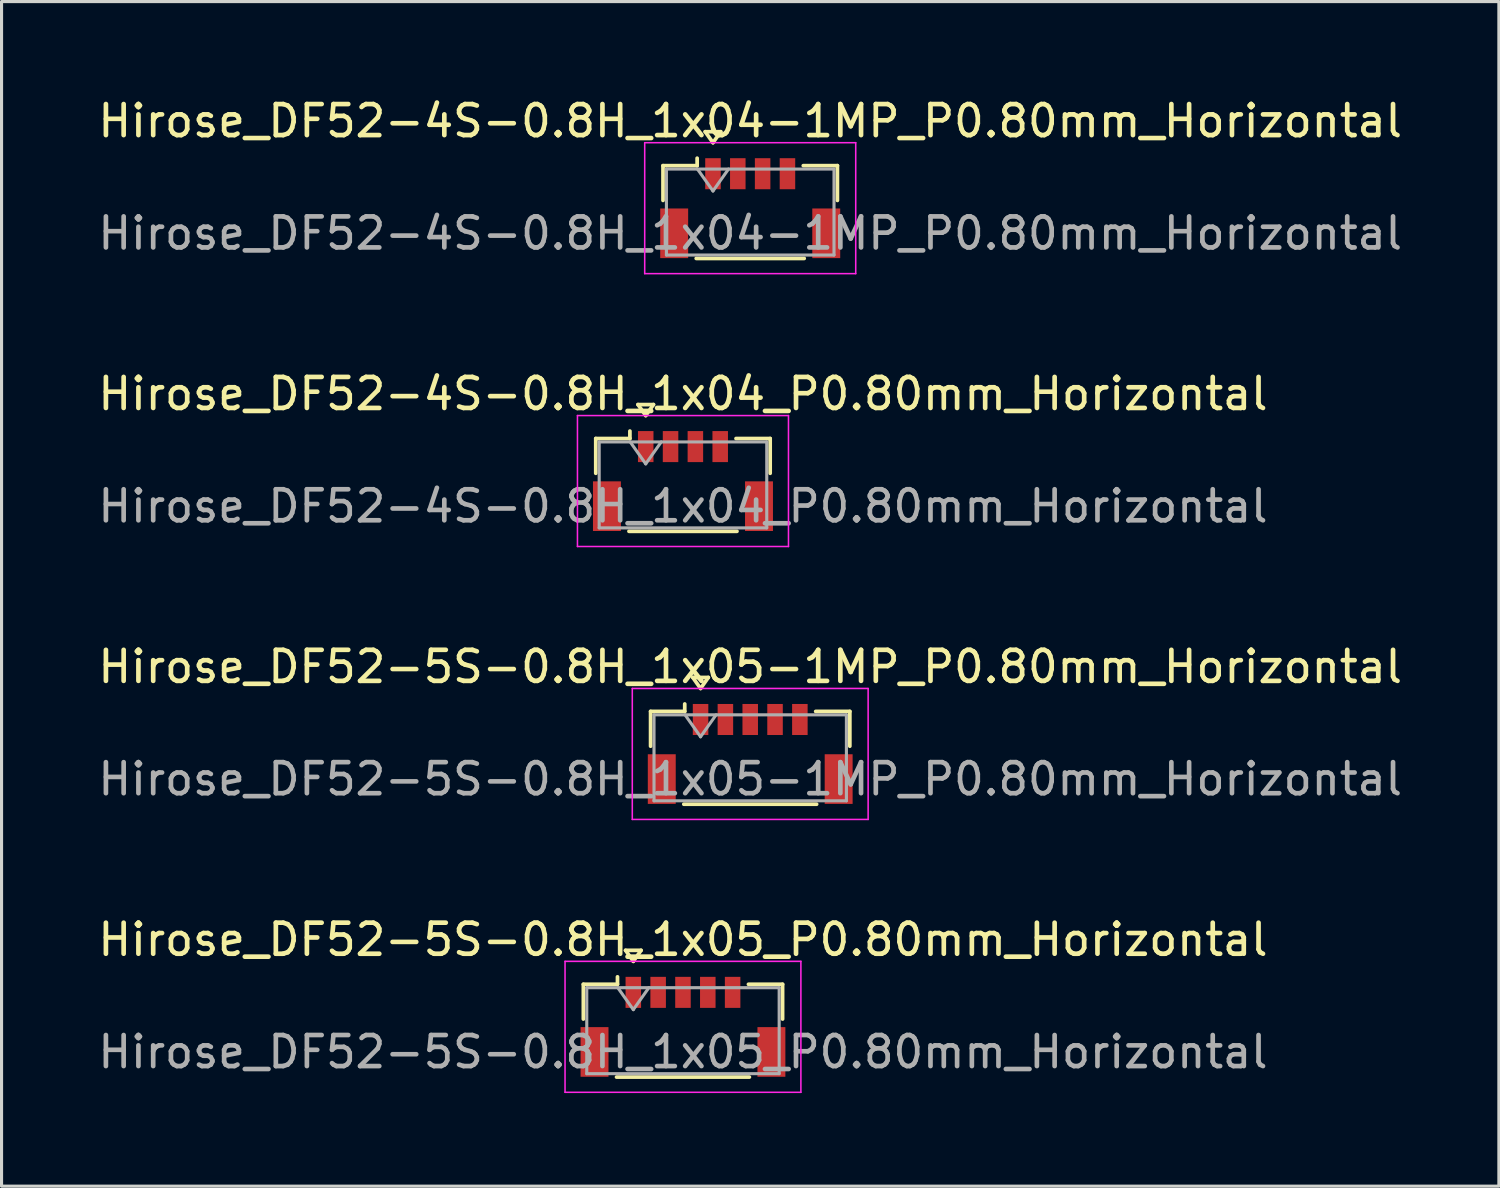
<source format=kicad_pcb>
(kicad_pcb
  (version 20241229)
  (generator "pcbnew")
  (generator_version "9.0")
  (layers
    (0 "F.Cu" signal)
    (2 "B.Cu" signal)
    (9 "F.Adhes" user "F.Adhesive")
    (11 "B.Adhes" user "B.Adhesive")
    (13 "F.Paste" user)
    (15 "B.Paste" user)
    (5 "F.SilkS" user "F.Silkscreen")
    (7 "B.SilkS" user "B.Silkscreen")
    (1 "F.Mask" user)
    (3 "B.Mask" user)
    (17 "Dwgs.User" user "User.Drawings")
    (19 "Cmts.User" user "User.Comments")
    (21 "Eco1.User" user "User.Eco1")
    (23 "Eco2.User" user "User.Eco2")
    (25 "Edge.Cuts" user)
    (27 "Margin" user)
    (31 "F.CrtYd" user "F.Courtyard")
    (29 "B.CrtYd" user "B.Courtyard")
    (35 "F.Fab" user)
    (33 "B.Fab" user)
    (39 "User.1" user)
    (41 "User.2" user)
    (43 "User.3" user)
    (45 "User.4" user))
  (footprint "Hirose_DF52-5S-0.8H_1x05_P0.80mm_Horizontal"
    (layer "F.Cu")
    (at 18.958 30.038)
    (property "Reference" "Hirose_DF52-5S-0.8H_1x05_P0.80mm_Horizontal" (at 0 -2.81 0) (layer "F.SilkS") (effects (font (size 1 1) (thickness 0.15))))
    (attr smd)
    (fp_line (start -3.21 -1.37) (end -2.11 -1.37) (stroke (width 0.12) (type solid)) (layer "F.SilkS"))
    (fp_line (start -3.21 -0.25) (end -3.21 -1.37) (stroke (width 0.12) (type solid)) (layer "F.SilkS"))
    (fp_line (start -2.14 1.62) (end 2.14 1.62) (stroke (width 0.12) (type solid)) (layer "F.SilkS"))
    (fp_line (start -2.11 -1.37) (end -2.11 -1.61) (stroke (width 0.12) (type solid)) (layer "F.SilkS"))
    (fp_line (start -1.85 -2.464) (end -1.6 -2.11) (stroke (width 0.12) (type solid)) (layer "F.SilkS"))
    (fp_line (start -1.6 -2.11) (end -1.35 -2.464) (stroke (width 0.12) (type solid)) (layer "F.SilkS"))
    (fp_line (start -1.35 -2.464) (end -1.85 -2.464) (stroke (width 0.12) (type solid)) (layer "F.SilkS"))
    (fp_line (start 3.21 -1.37) (end 2.11 -1.37) (stroke (width 0.12) (type solid)) (layer "F.SilkS"))
    (fp_line (start 3.21 -0.25) (end 3.21 -1.37) (stroke (width 0.12) (type solid)) (layer "F.SilkS"))
    (fp_line (start -3.8 -2.11) (end -3.8 2.11) (stroke (width 0.05) (type solid)) (layer "F.CrtYd"))
    (fp_line (start -3.8 2.11) (end 3.8 2.11) (stroke (width 0.05) (type solid)) (layer "F.CrtYd"))
    (fp_line (start 3.8 -2.11) (end -3.8 -2.11) (stroke (width 0.05) (type solid)) (layer "F.CrtYd"))
    (fp_line (start 3.8 2.11) (end 3.8 -2.11) (stroke (width 0.05) (type solid)) (layer "F.CrtYd"))
    (fp_line (start -3.1 -1.26) (end -3.1 1.51) (stroke (width 0.1) (type solid)) (layer "F.Fab"))
    (fp_line (start -3.1 -1.26) (end 3.1 -1.26) (stroke (width 0.1) (type solid)) (layer "F.Fab"))
    (fp_line (start -3.1 1.51) (end 3.1 1.51) (stroke (width 0.1) (type solid)) (layer "F.Fab"))
    (fp_line (start -2.1 -1.26) (end -1.6 -0.553) (stroke (width 0.1) (type solid)) (layer "F.Fab"))
    (fp_line (start -1.6 -0.553) (end -1.1 -1.26) (stroke (width 0.1) (type solid)) (layer "F.Fab"))
    (fp_line (start 3.1 -1.26) (end 3.1 1.51) (stroke (width 0.1) (type solid)) (layer "F.Fab"))
    (fp_text user "${REFERENCE}" (at 0 0.81 0) (layer "F.Fab") (effects (font (size 1 1) (thickness 0.15))))
    (pad "" smd rect (at -2.85 0.81) (size 0.9 1.6) (layers "F.Cu" "F.Mask" "F.Paste"))
    (pad "" smd rect (at 2.85 0.81) (size 0.9 1.6) (layers "F.Cu" "F.Mask" "F.Paste"))
    (pad "1" smd rect (at -1.6 -1.11) (size 0.5 1) (layers "F.Cu" "F.Mask" "F.Paste"))
    (pad "2" smd rect (at -0.8 -1.11) (size 0.5 1) (layers "F.Cu" "F.Mask" "F.Paste"))
    (pad "3" smd rect (at 0 -1.11) (size 0.5 1) (layers "F.Cu" "F.Mask" "F.Paste"))
    (pad "4" smd rect (at 0.8 -1.11) (size 0.5 1) (layers "F.Cu" "F.Mask" "F.Paste"))
    (pad "5" smd rect (at 1.6 -1.11) (size 0.5 1) (layers "F.Cu" "F.Mask" "F.Paste")))
  (footprint "Hirose_DF52-4S-0.8H_1x04_P0.80mm_Horizontal"
    (layer "F.Cu")
    (at 18.958 12.451)
    (property "Reference" "Hirose_DF52-4S-0.8H_1x04_P0.80mm_Horizontal" (at 0 -2.81 0) (layer "F.SilkS") (effects (font (size 1 1) (thickness 0.15))))
    (attr smd)
    (fp_line (start -2.81 -1.37) (end -1.71 -1.37) (stroke (width 0.12) (type solid)) (layer "F.SilkS"))
    (fp_line (start -2.81 -0.25) (end -2.81 -1.37) (stroke (width 0.12) (type solid)) (layer "F.SilkS"))
    (fp_line (start -1.74 1.62) (end 1.74 1.62) (stroke (width 0.12) (type solid)) (layer "F.SilkS"))
    (fp_line (start -1.71 -1.37) (end -1.71 -1.61) (stroke (width 0.12) (type solid)) (layer "F.SilkS"))
    (fp_line (start -1.45 -2.464) (end -1.2 -2.11) (stroke (width 0.12) (type solid)) (layer "F.SilkS"))
    (fp_line (start -1.2 -2.11) (end -0.95 -2.464) (stroke (width 0.12) (type solid)) (layer "F.SilkS"))
    (fp_line (start -0.95 -2.464) (end -1.45 -2.464) (stroke (width 0.12) (type solid)) (layer "F.SilkS"))
    (fp_line (start 2.81 -1.37) (end 1.71 -1.37) (stroke (width 0.12) (type solid)) (layer "F.SilkS"))
    (fp_line (start 2.81 -0.25) (end 2.81 -1.37) (stroke (width 0.12) (type solid)) (layer "F.SilkS"))
    (fp_line (start -3.4 -2.11) (end -3.4 2.11) (stroke (width 0.05) (type solid)) (layer "F.CrtYd"))
    (fp_line (start -3.4 2.11) (end 3.4 2.11) (stroke (width 0.05) (type solid)) (layer "F.CrtYd"))
    (fp_line (start 3.4 -2.11) (end -3.4 -2.11) (stroke (width 0.05) (type solid)) (layer "F.CrtYd"))
    (fp_line (start 3.4 2.11) (end 3.4 -2.11) (stroke (width 0.05) (type solid)) (layer "F.CrtYd"))
    (fp_line (start -2.7 -1.26) (end -2.7 1.51) (stroke (width 0.1) (type solid)) (layer "F.Fab"))
    (fp_line (start -2.7 -1.26) (end 2.7 -1.26) (stroke (width 0.1) (type solid)) (layer "F.Fab"))
    (fp_line (start -2.7 1.51) (end 2.7 1.51) (stroke (width 0.1) (type solid)) (layer "F.Fab"))
    (fp_line (start -1.7 -1.26) (end -1.2 -0.553) (stroke (width 0.1) (type solid)) (layer "F.Fab"))
    (fp_line (start -1.2 -0.553) (end -0.7 -1.26) (stroke (width 0.1) (type solid)) (layer "F.Fab"))
    (fp_line (start 2.7 -1.26) (end 2.7 1.51) (stroke (width 0.1) (type solid)) (layer "F.Fab"))
    (fp_text user "${REFERENCE}" (at 0 0.81 0) (layer "F.Fab") (effects (font (size 1 1) (thickness 0.15))))
    (pad "" smd rect (at -2.45 0.81) (size 0.9 1.6) (layers "F.Cu" "F.Mask" "F.Paste"))
    (pad "" smd rect (at 2.45 0.81) (size 0.9 1.6) (layers "F.Cu" "F.Mask" "F.Paste"))
    (pad "1" smd rect (at -1.2 -1.11) (size 0.5 1) (layers "F.Cu" "F.Mask" "F.Paste"))
    (pad "2" smd rect (at -0.4 -1.11) (size 0.5 1) (layers "F.Cu" "F.Mask" "F.Paste"))
    (pad "3" smd rect (at 0.4 -1.11) (size 0.5 1) (layers "F.Cu" "F.Mask" "F.Paste"))
    (pad "4" smd rect (at 1.2 -1.11) (size 0.5 1) (layers "F.Cu" "F.Mask" "F.Paste")))
  (footprint "Hirose_DF52-5S-0.8H_1x05-1MP_P0.80mm_Horizontal"
    (layer "F.Cu")
    (at 21.125 21.245)
    (property "Reference" "Hirose_DF52-5S-0.8H_1x05-1MP_P0.80mm_Horizontal" (at 0 -2.81 0) (layer "F.SilkS") (effects (font (size 1 1) (thickness 0.15))))
    (attr smd)
    (fp_line (start -3.21 -1.37) (end -2.11 -1.37) (stroke (width 0.12) (type solid)) (layer "F.SilkS"))
    (fp_line (start -3.21 -0.25) (end -3.21 -1.37) (stroke (width 0.12) (type solid)) (layer "F.SilkS"))
    (fp_line (start -2.14 1.62) (end 2.14 1.62) (stroke (width 0.12) (type solid)) (layer "F.SilkS"))
    (fp_line (start -2.11 -1.37) (end -2.11 -1.61) (stroke (width 0.12) (type solid)) (layer "F.SilkS"))
    (fp_line (start -1.85 -2.464) (end -1.6 -2.11) (stroke (width 0.12) (type solid)) (layer "F.SilkS"))
    (fp_line (start -1.6 -2.11) (end -1.35 -2.464) (stroke (width 0.12) (type solid)) (layer "F.SilkS"))
    (fp_line (start -1.35 -2.464) (end -1.85 -2.464) (stroke (width 0.12) (type solid)) (layer "F.SilkS"))
    (fp_line (start 3.21 -1.37) (end 2.11 -1.37) (stroke (width 0.12) (type solid)) (layer "F.SilkS"))
    (fp_line (start 3.21 -0.25) (end 3.21 -1.37) (stroke (width 0.12) (type solid)) (layer "F.SilkS"))
    (fp_line (start -3.8 -2.11) (end -3.8 2.11) (stroke (width 0.05) (type solid)) (layer "F.CrtYd"))
    (fp_line (start -3.8 2.11) (end 3.8 2.11) (stroke (width 0.05) (type solid)) (layer "F.CrtYd"))
    (fp_line (start 3.8 -2.11) (end -3.8 -2.11) (stroke (width 0.05) (type solid)) (layer "F.CrtYd"))
    (fp_line (start 3.8 2.11) (end 3.8 -2.11) (stroke (width 0.05) (type solid)) (layer "F.CrtYd"))
    (fp_line (start -3.1 -1.26) (end -3.1 1.51) (stroke (width 0.1) (type solid)) (layer "F.Fab"))
    (fp_line (start -3.1 -1.26) (end 3.1 -1.26) (stroke (width 0.1) (type solid)) (layer "F.Fab"))
    (fp_line (start -3.1 1.51) (end 3.1 1.51) (stroke (width 0.1) (type solid)) (layer "F.Fab"))
    (fp_line (start -2.1 -1.26) (end -1.6 -0.553) (stroke (width 0.1) (type solid)) (layer "F.Fab"))
    (fp_line (start -1.6 -0.553) (end -1.1 -1.26) (stroke (width 0.1) (type solid)) (layer "F.Fab"))
    (fp_line (start 3.1 -1.26) (end 3.1 1.51) (stroke (width 0.1) (type solid)) (layer "F.Fab"))
    (fp_text user "${REFERENCE}" (at 0 0.81 0) (layer "F.Fab") (effects (font (size 1 1) (thickness 0.15))))
    (pad "1" smd rect (at -1.6 -1.11) (size 0.5 1) (layers "F.Cu" "F.Mask" "F.Paste"))
    (pad "2" smd rect (at -0.8 -1.11) (size 0.5 1) (layers "F.Cu" "F.Mask" "F.Paste"))
    (pad "3" smd rect (at 0 -1.11) (size 0.5 1) (layers "F.Cu" "F.Mask" "F.Paste"))
    (pad "4" smd rect (at 0.8 -1.11) (size 0.5 1) (layers "F.Cu" "F.Mask" "F.Paste"))
    (pad "5" smd rect (at 1.6 -1.11) (size 0.5 1) (layers "F.Cu" "F.Mask" "F.Paste"))
    (pad "MP" smd rect (at -2.85 0.81) (size 0.9 1.6) (layers "F.Cu" "F.Mask" "F.Paste"))
    (pad "MP" smd rect (at 2.85 0.81) (size 0.9 1.6) (layers "F.Cu" "F.Mask" "F.Paste")))
  (footprint "Hirose_DF52-4S-0.8H_1x04-1MP_P0.80mm_Horizontal"
    (layer "F.Cu")
    (at 21.125 3.658)
    (property "Reference" "Hirose_DF52-4S-0.8H_1x04-1MP_P0.80mm_Horizontal" (at 0 -2.81 0) (layer "F.SilkS") (effects (font (size 1 1) (thickness 0.15))))
    (attr smd)
    (fp_line (start -2.81 -1.37) (end -1.71 -1.37) (stroke (width 0.12) (type solid)) (layer "F.SilkS"))
    (fp_line (start -2.81 -0.25) (end -2.81 -1.37) (stroke (width 0.12) (type solid)) (layer "F.SilkS"))
    (fp_line (start -1.74 1.62) (end 1.74 1.62) (stroke (width 0.12) (type solid)) (layer "F.SilkS"))
    (fp_line (start -1.71 -1.37) (end -1.71 -1.61) (stroke (width 0.12) (type solid)) (layer "F.SilkS"))
    (fp_line (start -1.45 -2.464) (end -1.2 -2.11) (stroke (width 0.12) (type solid)) (layer "F.SilkS"))
    (fp_line (start -1.2 -2.11) (end -0.95 -2.464) (stroke (width 0.12) (type solid)) (layer "F.SilkS"))
    (fp_line (start -0.95 -2.464) (end -1.45 -2.464) (stroke (width 0.12) (type solid)) (layer "F.SilkS"))
    (fp_line (start 2.81 -1.37) (end 1.71 -1.37) (stroke (width 0.12) (type solid)) (layer "F.SilkS"))
    (fp_line (start 2.81 -0.25) (end 2.81 -1.37) (stroke (width 0.12) (type solid)) (layer "F.SilkS"))
    (fp_line (start -3.4 -2.11) (end -3.4 2.11) (stroke (width 0.05) (type solid)) (layer "F.CrtYd"))
    (fp_line (start -3.4 2.11) (end 3.4 2.11) (stroke (width 0.05) (type solid)) (layer "F.CrtYd"))
    (fp_line (start 3.4 -2.11) (end -3.4 -2.11) (stroke (width 0.05) (type solid)) (layer "F.CrtYd"))
    (fp_line (start 3.4 2.11) (end 3.4 -2.11) (stroke (width 0.05) (type solid)) (layer "F.CrtYd"))
    (fp_line (start -2.7 -1.26) (end -2.7 1.51) (stroke (width 0.1) (type solid)) (layer "F.Fab"))
    (fp_line (start -2.7 -1.26) (end 2.7 -1.26) (stroke (width 0.1) (type solid)) (layer "F.Fab"))
    (fp_line (start -2.7 1.51) (end 2.7 1.51) (stroke (width 0.1) (type solid)) (layer "F.Fab"))
    (fp_line (start -1.7 -1.26) (end -1.2 -0.553) (stroke (width 0.1) (type solid)) (layer "F.Fab"))
    (fp_line (start -1.2 -0.553) (end -0.7 -1.26) (stroke (width 0.1) (type solid)) (layer "F.Fab"))
    (fp_line (start 2.7 -1.26) (end 2.7 1.51) (stroke (width 0.1) (type solid)) (layer "F.Fab"))
    (fp_text user "${REFERENCE}" (at 0 0.81 0) (layer "F.Fab") (effects (font (size 1 1) (thickness 0.15))))
    (pad "1" smd rect (at -1.2 -1.11) (size 0.5 1) (layers "F.Cu" "F.Mask" "F.Paste"))
    (pad "2" smd rect (at -0.4 -1.11) (size 0.5 1) (layers "F.Cu" "F.Mask" "F.Paste"))
    (pad "3" smd rect (at 0.4 -1.11) (size 0.5 1) (layers "F.Cu" "F.Mask" "F.Paste"))
    (pad "4" smd rect (at 1.2 -1.11) (size 0.5 1) (layers "F.Cu" "F.Mask" "F.Paste"))
    (pad "MP" smd rect (at -2.45 0.81) (size 0.9 1.6) (layers "F.Cu" "F.Mask" "F.Paste"))
    (pad "MP" smd rect (at 2.45 0.81) (size 0.9 1.6) (layers "F.Cu" "F.Mask" "F.Paste")))
  (gr_rect
    (start -3 -3)
    (end 45.25 35.173)
    (stroke (width 0.1) (type default))
    (fill no)
    (layer "Edge.Cuts")))
</source>
